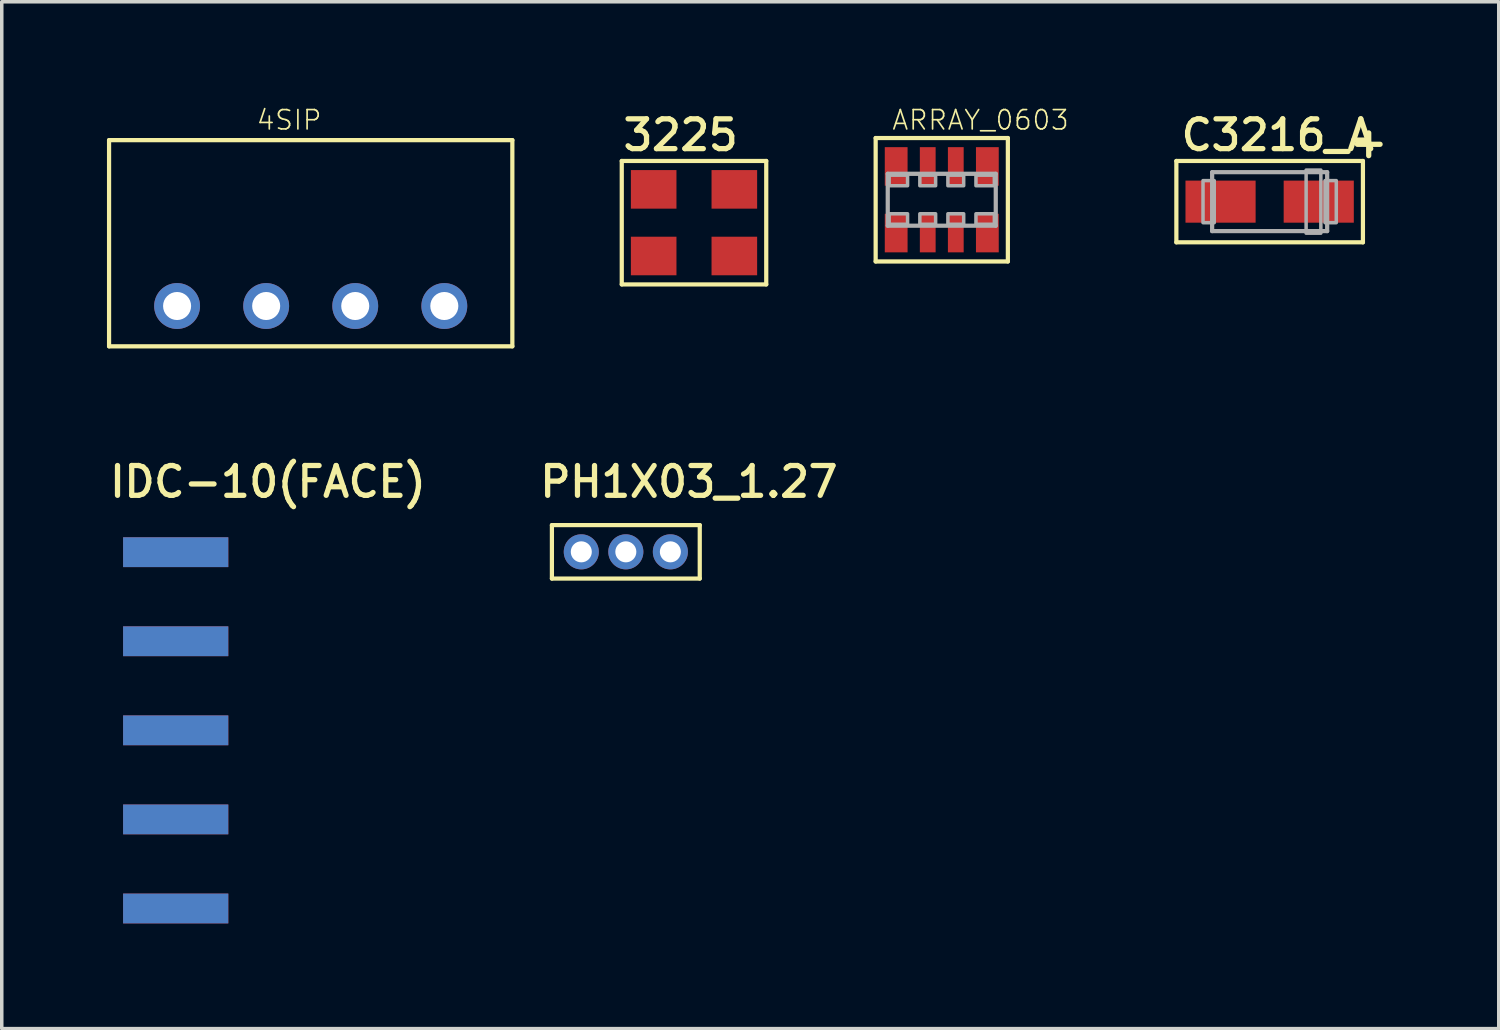
<source format=kicad_pcb>
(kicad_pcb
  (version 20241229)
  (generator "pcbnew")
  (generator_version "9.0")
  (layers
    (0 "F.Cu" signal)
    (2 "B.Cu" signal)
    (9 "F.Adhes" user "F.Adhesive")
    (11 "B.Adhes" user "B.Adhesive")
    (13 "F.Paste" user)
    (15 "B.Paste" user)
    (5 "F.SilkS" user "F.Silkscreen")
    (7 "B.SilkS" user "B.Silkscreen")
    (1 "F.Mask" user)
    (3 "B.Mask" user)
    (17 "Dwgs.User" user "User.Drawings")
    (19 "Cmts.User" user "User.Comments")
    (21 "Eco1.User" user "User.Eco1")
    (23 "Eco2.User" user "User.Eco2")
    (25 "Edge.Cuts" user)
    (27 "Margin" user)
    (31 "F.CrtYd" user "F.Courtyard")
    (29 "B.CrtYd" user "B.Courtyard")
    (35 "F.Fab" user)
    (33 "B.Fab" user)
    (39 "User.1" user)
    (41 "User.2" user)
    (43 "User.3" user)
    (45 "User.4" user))
  (footprint "3225"
    (layer "F.Cu")
    (at 16.74 3.3)
    (property "Reference" "3225" (at -2.1 -2 0) (layer "F.SilkS") (effects (font (size 0.85 0.85) (thickness 0.15)) (justify left bottom)))
    (fp_line (start -2.06 -1.76) (end 2.06 -1.76) (stroke (width 0.12) (type solid)) (layer "F.SilkS"))
    (fp_line (start -2.06 1.76) (end -2.06 -1.76) (stroke (width 0.12) (type solid)) (layer "F.SilkS"))
    (fp_line (start 2.06 -1.76) (end 2.06 1.76) (stroke (width 0.12) (type solid)) (layer "F.SilkS"))
    (fp_line (start 2.06 1.76) (end -2.06 1.76) (stroke (width 0.12) (type solid)) (layer "F.SilkS"))
    (pad "1" smd rect (at 1.15 -0.95) (size 1.3 1.1) (layers "F.Cu" "F.Mask" "F.Paste"))
    (pad "2" smd rect (at -1.15 -0.95) (size 1.3 1.1) (layers "F.Cu" "F.Mask" "F.Paste"))
    (pad "3" smd rect (at -1.15 0.95) (size 1.3 1.1) (layers "F.Cu" "F.Mask" "F.Paste"))
    (pad "4" smd rect (at 1.15 0.95) (size 1.3 1.1) (layers "F.Cu" "F.Mask" "F.Paste")))
  (footprint "PH1X03_1.27"
    (layer "F.Cu")
    (at 14.796 12.686)
    (property "Reference" "PH1X03_1.27" (at -2.53 -1.5 0) (layer "F.SilkS") (effects (font (size 0.85 0.85) (thickness 0.15)) (justify left bottom)))
    (fp_line (start -2.108 -0.762) (end 2.108 -0.762) (stroke (width 0.12) (type solid)) (layer "F.SilkS"))
    (fp_line (start -2.108 0.762) (end -2.108 -0.762) (stroke (width 0.12) (type solid)) (layer "F.SilkS"))
    (fp_line (start 2.108 -0.762) (end 2.108 0.762) (stroke (width 0.12) (type solid)) (layer "F.SilkS"))
    (fp_line (start 2.108 0.762) (end -2.108 0.762) (stroke (width 0.12) (type solid)) (layer "F.SilkS"))
    (pad "1" thru_hole circle (at -1.27 0 90) (size 1 1) (drill 0.6) (layers "*.Cu" "*.Mask"))
    (pad "2" thru_hole circle (at 0 0 90) (size 1 1) (drill 0.6) (layers "*.Cu" "*.Mask"))
    (pad "3" thru_hole circle (at 1.27 0 90) (size 1 1) (drill 0.6) (layers "*.Cu" "*.Mask")))
  (footprint "ARRAY_0603"
    (layer "F.Cu")
    (at 23.805 2.646)
    (property "Reference" "ARRAY_0603" (at -1.45 -1.95 0) (layer "F.SilkS") (effects (font (size 0.552 0.552) (thickness 0.048)) (justify left bottom)))
    (fp_line (start -1.885 -1.76) (end -1.885 1.76) (stroke (width 0.12) (type solid)) (layer "F.SilkS"))
    (fp_line (start -1.885 1.76) (end 1.885 1.76) (stroke (width 0.12) (type solid)) (layer "F.SilkS"))
    (fp_line (start 1.885 -1.76) (end -1.885 -1.76) (stroke (width 0.12) (type solid)) (layer "F.SilkS"))
    (fp_line (start 1.885 1.76) (end 1.885 -1.76) (stroke (width 0.12) (type solid)) (layer "F.SilkS"))
    (fp_line (start -1.54 -0.74) (end -1.54 0.74) (stroke (width 0.12) (type solid)) (layer "F.Fab"))
    (fp_line (start -1.54 -0.74) (end 1.54 -0.74) (stroke (width 0.12) (type solid)) (layer "F.Fab"))
    (fp_line (start -1.54 0.74) (end 1.54 0.74) (stroke (width 0.12) (type solid)) (layer "F.Fab"))
    (fp_line (start 1.54 -0.74) (end 1.54 0.74) (stroke (width 0.12) (type solid)) (layer "F.Fab"))
    (fp_poly (pts (xy -1.5 -0.4) (xy -0.975 -0.4) (xy -0.975 -0.7) (xy -1.5 -0.7)) (stroke (width 0.1) (type solid)) (fill no) (layer "F.Fab"))
    (fp_poly (pts (xy -1.5 0.7) (xy -0.975 0.7) (xy -0.975 0.4) (xy -1.5 0.4)) (stroke (width 0.1) (type solid)) (fill no) (layer "F.Fab"))
    (fp_poly (pts (xy -0.625 -0.4) (xy -0.175 -0.4) (xy -0.175 -0.7) (xy -0.625 -0.7)) (stroke (width 0.1) (type solid)) (fill no) (layer "F.Fab"))
    (fp_poly (pts (xy -0.175 0.4) (xy -0.625 0.4) (xy -0.625 0.7) (xy -0.175 0.7)) (stroke (width 0.1) (type solid)) (fill no) (layer "F.Fab"))
    (fp_poly (pts (xy 0.175 -0.4) (xy 0.625 -0.4) (xy 0.625 -0.7) (xy 0.175 -0.7)) (stroke (width 0.1) (type solid)) (fill no) (layer "F.Fab"))
    (fp_poly (pts (xy 0.625 0.4) (xy 0.175 0.4) (xy 0.175 0.7) (xy 0.625 0.7)) (stroke (width 0.1) (type solid)) (fill no) (layer "F.Fab"))
    (fp_poly (pts (xy 1.5 -0.7) (xy 0.975 -0.7) (xy 0.975 -0.4) (xy 1.5 -0.4)) (stroke (width 0.1) (type solid)) (fill no) (layer "F.Fab"))
    (fp_poly (pts (xy 1.5 0.4) (xy 0.975 0.4) (xy 0.975 0.7) (xy 1.5 0.7)) (stroke (width 0.1) (type solid)) (fill no) (layer "F.Fab"))
    (pad "1" smd rect (at -1.3 0.95 90) (size 1.1 0.65) (layers "F.Cu" "F.Mask" "F.Paste"))
    (pad "2" smd rect (at -0.4 0.95 90) (size 1.1 0.45) (layers "F.Cu" "F.Mask" "F.Paste"))
    (pad "3" smd rect (at 0.4 0.95 90) (size 1.1 0.45) (layers "F.Cu" "F.Mask" "F.Paste"))
    (pad "4" smd rect (at 1.3 0.95 90) (size 1.1 0.65) (layers "F.Cu" "F.Mask" "F.Paste"))
    (pad "5" smd rect (at 1.3 -0.95 90) (size 1.1 0.65) (layers "F.Cu" "F.Mask" "F.Paste"))
    (pad "6" smd rect (at 0.4 -0.95 90) (size 1.1 0.45) (layers "F.Cu" "F.Mask" "F.Paste"))
    (pad "7" smd rect (at -0.4 -0.95 90) (size 1.1 0.45) (layers "F.Cu" "F.Mask" "F.Paste"))
    (pad "8" smd rect (at -1.3 -0.95 90) (size 1.1 0.65) (layers "F.Cu" "F.Mask" "F.Paste")))
  (footprint "IDC-10(FACE)"
    (layer "F.Cu")
    (at 0.69 17.776)
    (property "Reference" "IDC-10(FACE)" (at -0.69 -6.59 0) (layer "F.SilkS") (effects (font (size 0.85 0.85) (thickness 0.15)) (justify left bottom)))
    (pad "1" smd rect (at 1.27 -5.08) (size 3 0.85) (layers "F.Cu" "F.Mask" "F.Paste"))
    (pad "2" smd rect (at 1.27 -5.08) (size 3 0.85) (layers "B.Cu" "B.Mask" "B.Paste"))
    (pad "3" smd rect (at 1.27 -2.54) (size 3 0.85) (layers "F.Cu" "F.Mask" "F.Paste"))
    (pad "4" smd rect (at 1.27 -2.54) (size 3 0.85) (layers "B.Cu" "B.Mask" "B.Paste"))
    (pad "5" smd rect (at 1.27 0) (size 3 0.85) (layers "F.Cu" "F.Mask" "F.Paste"))
    (pad "6" smd rect (at 1.27 0) (size 3 0.85) (layers "B.Cu" "B.Mask" "B.Paste"))
    (pad "7" smd rect (at 1.27 2.54) (size 3 0.85) (layers "F.Cu" "F.Mask" "F.Paste"))
    (pad "8" smd rect (at 1.27 2.54) (size 3 0.85) (layers "B.Cu" "B.Mask" "B.Paste"))
    (pad "9" smd rect (at 1.27 5.08) (size 3 0.85) (layers "F.Cu" "F.Mask" "F.Paste"))
    (pad "10" smd rect (at 1.27 5.08) (size 3 0.85) (layers "B.Cu" "B.Mask" "B.Paste")))
  (footprint "C3216_A"
    (layer "F.Cu")
    (at 33.155 2.7)
    (property "Reference" "C3216_A" (at -2.6 -1.4 0) (layer "F.SilkS") (effects (font (size 0.85 0.85) (thickness 0.15)) (justify left bottom)))
    (fp_line (start -2.66 -1.16) (end -2.66 1.16) (stroke (width 0.12) (type solid)) (layer "F.SilkS"))
    (fp_line (start -2.66 1.16) (end 2.66 1.16) (stroke (width 0.12) (type solid)) (layer "F.SilkS"))
    (fp_line (start 2.66 -1.16) (end -2.66 -1.16) (stroke (width 0.12) (type solid)) (layer "F.SilkS"))
    (fp_line (start 2.66 1.16) (end 2.66 -1.16) (stroke (width 0.12) (type solid)) (layer "F.SilkS"))
    (fp_line (start -1.64 -0.84) (end -1.64 0.84) (stroke (width 0.12) (type solid)) (layer "F.Fab"))
    (fp_line (start -1.64 0.84) (end 1.64 0.84) (stroke (width 0.12) (type solid)) (layer "F.Fab"))
    (fp_line (start 1.64 -0.84) (end -1.64 -0.84) (stroke (width 0.12) (type solid)) (layer "F.Fab"))
    (fp_line (start 1.64 0.84) (end 1.64 -0.84) (stroke (width 0.12) (type solid)) (layer "F.Fab"))
    (fp_poly (pts (xy -1.58 0.6) (xy -1.9 0.6) (xy -1.9 -0.6) (xy -1.58 -0.6)) (stroke (width 0.1) (type solid)) (fill no) (layer "F.Fab"))
    (fp_poly (pts (xy 1.46 0.9) (xy 1.04 0.9) (xy 1.04 -0.9) (xy 1.46 -0.9)) (stroke (width 0.1) (type solid)) (fill no) (layer "F.Fab"))
    (fp_poly (pts (xy 1.9 0.6) (xy 1.58 0.6) (xy 1.58 -0.6) (xy 1.9 -0.6)) (stroke (width 0.1) (type solid)) (fill no) (layer "F.Fab"))
    (fp_text user "+" (at 2.2 -1.2 0) (layer "F.SilkS") (effects (font (size 0.85 0.85) (thickness 0.15)) (justify left bottom)))
    (pad "1" smd rect (at -1.4 0) (size 2 1.2) (layers "F.Cu" "F.Mask" "F.Paste"))
    (pad "2" smd rect (at 1.4 0) (size 2 1.2) (layers "F.Cu" "F.Mask" "F.Paste")))
  (footprint "4SIP"
    (layer "F.Cu")
    (at 5.81 5.676)
    (property "Reference" "4SIP" (at -1.58 -4.98 0) (layer "F.SilkS") (effects (font (size 0.552 0.552) (thickness 0.048)) (justify left bottom)))
    (fp_line (start -5.75 -4.73) (end 5.75 -4.73) (stroke (width 0.12) (type solid)) (layer "F.SilkS"))
    (fp_line (start -5.75 1.15) (end -5.75 -4.73) (stroke (width 0.12) (type solid)) (layer "F.SilkS"))
    (fp_line (start 5.75 -4.73) (end 5.75 1.15) (stroke (width 0.12) (type solid)) (layer "F.SilkS"))
    (fp_line (start 5.75 1.15) (end -5.75 1.15) (stroke (width 0.12) (type solid)) (layer "F.SilkS"))
    (pad "1" thru_hole circle (at -3.81 0) (size 1.308 1.308) (drill 0.8) (layers "*.Cu" "*.Mask"))
    (pad "2" thru_hole circle (at -1.27 0) (size 1.308 1.308) (drill 0.8) (layers "*.Cu" "*.Mask"))
    (pad "3" thru_hole circle (at 1.27 0) (size 1.308 1.308) (drill 0.8) (layers "*.Cu" "*.Mask"))
    (pad "4" thru_hole circle (at 3.81 0) (size 1.308 1.308) (drill 0.8) (layers "*.Cu" "*.Mask")))
  (gr_rect
    (start -3 -3)
    (end 39.688 26.281)
    (stroke (width 0.1) (type default))
    (fill no)
    (layer "Edge.Cuts")))
</source>
